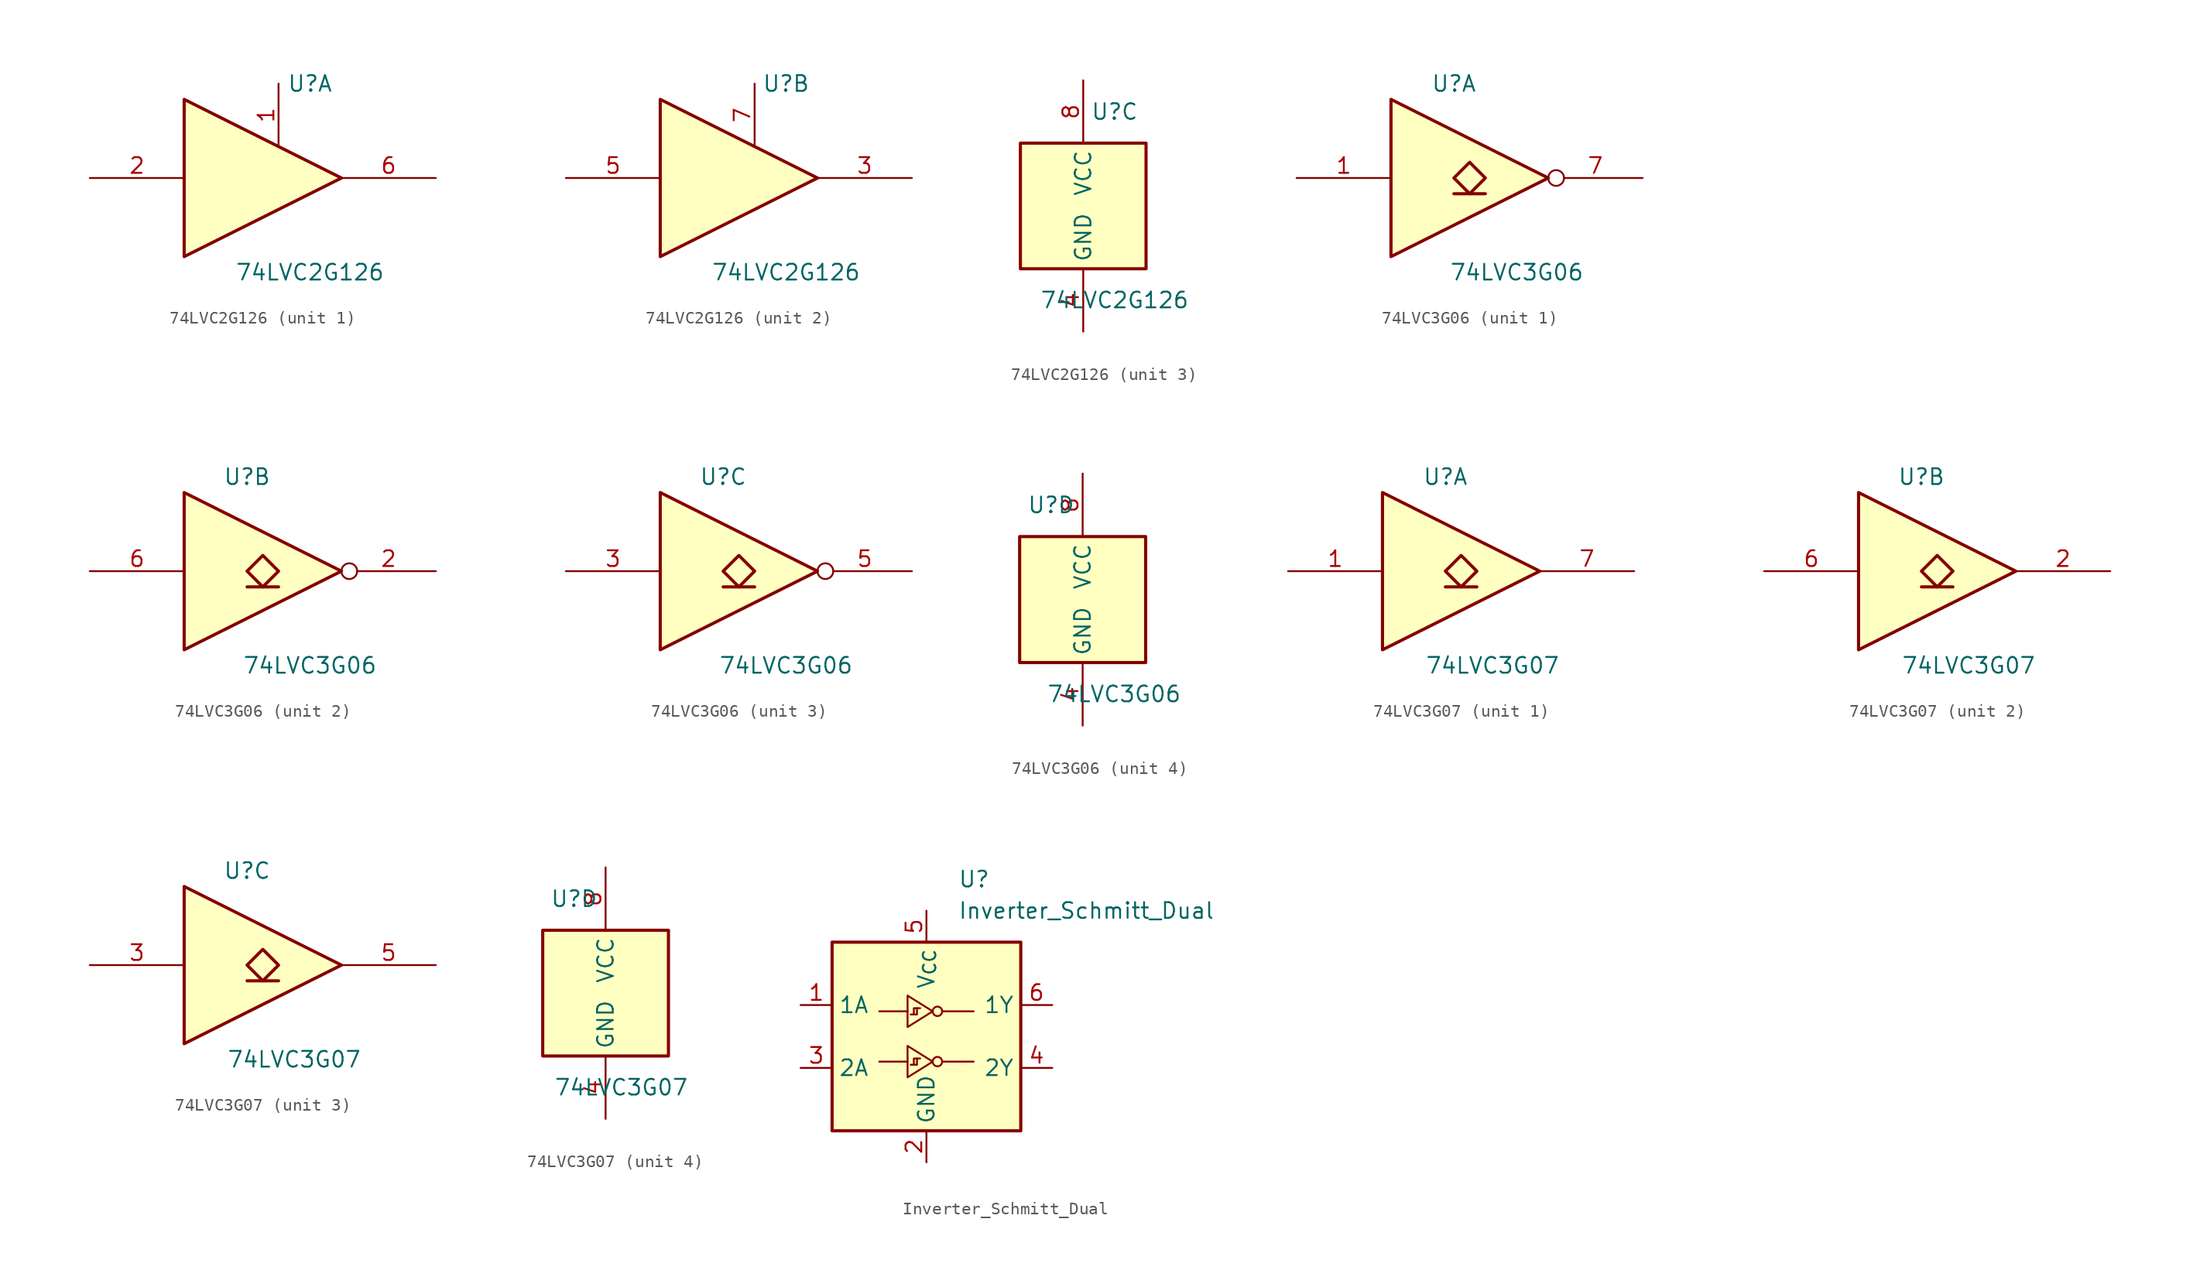
<source format=kicad_sym>
(kicad_symbol_lib
  (version 20241209)
  (generator "kicad_symbol_editor")
  (generator_version "9.0")
  (symbol "74LVC2G126"
    (property "Reference" "U"
      (at 2.54 7.62 0)
      (effects (font (size 1.27 1.27))))
    (property "Value" "74LVC2G126"
      (at 2.54 -7.62 0)
      (effects (font (size 1.27 1.27))))
    (symbol "74LVC2G126_1_1"
      (polyline (pts (xy -7.62 6.35) (xy -7.62 -6.35) (xy 5.08 0) (xy -7.62 6.35)) (stroke (width 0.254) (type default)) (fill (type background)))
      (pin input line (at -15.24 0 0) (length 7.62) (name "~" (effects (font (size 1.27 1.27)))) (number "2" (effects (font (size 1.27 1.27)))))
      (pin input line (at 0 7.62 270) (length 5.08) (name "~" (effects (font (size 1.27 1.27)))) (number "1" (effects (font (size 1.27 1.27)))))
      (pin tri_state line (at 12.7 0 180) (length 7.62) (name "~" (effects (font (size 1.27 1.27)))) (number "6" (effects (font (size 1.27 1.27))))))
    (symbol "74LVC2G126_2_1"
      (polyline (pts (xy -7.62 6.35) (xy -7.62 -6.35) (xy 5.08 0) (xy -7.62 6.35)) (stroke (width 0.254) (type default)) (fill (type background)))
      (pin input line (at -15.24 0 0) (length 7.62) (name "~" (effects (font (size 1.27 1.27)))) (number "5" (effects (font (size 1.27 1.27)))))
      (pin input line (at 0 7.62 270) (length 5.08) (name "~" (effects (font (size 1.27 1.27)))) (number "7" (effects (font (size 1.27 1.27)))))
      (pin tri_state line (at 12.7 0 180) (length 7.62) (name "~" (effects (font (size 1.27 1.27)))) (number "3" (effects (font (size 1.27 1.27))))))
    (symbol "74LVC2G126_3_0"
      (rectangle (start -5.08 -5.08) (end 5.08 5.08) (stroke (width 0.254) (type default)) (fill (type background))))
    (symbol "74LVC2G126_3_1"
      (pin power_in line (at 0 10.16 270) (length 5.08) (name "VCC" (effects (font (size 1.27 1.27)))) (number "8" (effects (font (size 1.27 1.27)))))
      (pin power_in line (at 0 -10.16 90) (length 5.08) (name "GND" (effects (font (size 1.27 1.27)))) (number "4" (effects (font (size 1.27 1.27)))))))
  (symbol "74LVC3G06"
    (property "Reference" "U"
      (at -2.54 7.62 0)
      (effects (font (size 1.27 1.27))))
    (property "Value" "74LVC3G06"
      (at 2.54 -7.62 0)
      (effects (font (size 1.27 1.27))))
    (symbol "74LVC3G06_1_1"
      (polyline (pts (xy -7.62 6.35) (xy -7.62 -6.35) (xy 5.08 0) (xy -7.62 6.35)) (stroke (width 0.254) (type default)) (fill (type background)))
      (polyline (pts (xy -2.54 -1.27) (xy 0 -1.27)) (stroke (width 0.254) (type default)) (fill (type background)))
      (polyline (pts (xy -1.27 1.27) (xy -2.54 0) (xy -1.27 -1.27) (xy 0 0) (xy -1.27 1.27)) (stroke (width 0.254) (type default)) (fill (type background)))
      (pin input line (at -15.24 0 0) (length 7.62) (name "~" (effects (font (size 1.27 1.27)))) (number "1" (effects (font (size 1.27 1.27)))))
      (pin open_collector inverted (at 12.7 0 180) (length 7.62) (name "~" (effects (font (size 1.27 1.27)))) (number "7" (effects (font (size 1.27 1.27))))))
    (symbol "74LVC3G06_2_1"
      (polyline (pts (xy -7.62 6.35) (xy -7.62 -6.35) (xy 5.08 0) (xy -7.62 6.35)) (stroke (width 0.254) (type default)) (fill (type background)))
      (polyline (pts (xy -2.54 -1.27) (xy 0 -1.27)) (stroke (width 0.254) (type default)) (fill (type background)))
      (polyline (pts (xy -1.27 1.27) (xy -2.54 0) (xy -1.27 -1.27) (xy 0 0) (xy -1.27 1.27)) (stroke (width 0.254) (type default)) (fill (type background)))
      (pin input line (at -15.24 0 0) (length 7.62) (name "~" (effects (font (size 1.27 1.27)))) (number "6" (effects (font (size 1.27 1.27)))))
      (pin open_collector inverted (at 12.7 0 180) (length 7.62) (name "~" (effects (font (size 1.27 1.27)))) (number "2" (effects (font (size 1.27 1.27))))))
    (symbol "74LVC3G06_3_1"
      (polyline (pts (xy -7.62 6.35) (xy -7.62 -6.35) (xy 5.08 0) (xy -7.62 6.35)) (stroke (width 0.254) (type default)) (fill (type background)))
      (polyline (pts (xy -2.54 -1.27) (xy 0 -1.27)) (stroke (width 0.254) (type default)) (fill (type background)))
      (polyline (pts (xy -1.27 1.27) (xy -2.54 0) (xy -1.27 -1.27) (xy 0 0) (xy -1.27 1.27)) (stroke (width 0.254) (type default)) (fill (type background)))
      (pin input line (at -15.24 0 0) (length 7.62) (name "~" (effects (font (size 1.27 1.27)))) (number "3" (effects (font (size 1.27 1.27)))))
      (pin open_collector inverted (at 12.7 0 180) (length 7.62) (name "~" (effects (font (size 1.27 1.27)))) (number "5" (effects (font (size 1.27 1.27))))))
    (symbol "74LVC3G06_4_0"
      (rectangle (start -5.08 -5.08) (end 5.08 5.08) (stroke (width 0.254) (type default)) (fill (type background))))
    (symbol "74LVC3G06_4_1"
      (pin power_in line (at 0 10.16 270) (length 5.08) (name "VCC" (effects (font (size 1.27 1.27)))) (number "8" (effects (font (size 1.27 1.27)))))
      (pin power_in line (at 0 -10.16 90) (length 5.08) (name "GND" (effects (font (size 1.27 1.27)))) (number "4" (effects (font (size 1.27 1.27)))))))
  (symbol "74LVC3G07"
    (property "Reference" "U"
      (at -2.54 7.62 0)
      (effects (font (size 1.27 1.27))))
    (property "Value" "74LVC3G07"
      (at 1.27 -7.62 0)
      (effects (font (size 1.27 1.27))))
    (symbol "74LVC3G07_1_1"
      (polyline (pts (xy -7.62 6.35) (xy -7.62 -6.35) (xy 5.08 0) (xy -7.62 6.35)) (stroke (width 0.254) (type default)) (fill (type background)))
      (polyline (pts (xy -2.54 -1.27) (xy 0 -1.27)) (stroke (width 0.254) (type default)) (fill (type background)))
      (polyline (pts (xy -1.27 1.27) (xy -2.54 0) (xy -1.27 -1.27) (xy 0 0) (xy -1.27 1.27)) (stroke (width 0.254) (type default)) (fill (type background)))
      (pin input line (at -15.24 0 0) (length 7.62) (name "~" (effects (font (size 1.27 1.27)))) (number "1" (effects (font (size 1.27 1.27)))))
      (pin open_collector line (at 12.7 0 180) (length 7.62) (name "~" (effects (font (size 1.27 1.27)))) (number "7" (effects (font (size 1.27 1.27))))))
    (symbol "74LVC3G07_2_1"
      (polyline (pts (xy -7.62 6.35) (xy -7.62 -6.35) (xy 5.08 0) (xy -7.62 6.35)) (stroke (width 0.254) (type default)) (fill (type background)))
      (polyline (pts (xy -2.54 -1.27) (xy 0 -1.27)) (stroke (width 0.254) (type default)) (fill (type background)))
      (polyline (pts (xy -1.27 1.27) (xy -2.54 0) (xy -1.27 -1.27) (xy 0 0) (xy -1.27 1.27)) (stroke (width 0.254) (type default)) (fill (type background)))
      (pin input line (at -15.24 0 0) (length 7.62) (name "~" (effects (font (size 1.27 1.27)))) (number "6" (effects (font (size 1.27 1.27)))))
      (pin open_collector line (at 12.7 0 180) (length 7.62) (name "~" (effects (font (size 1.27 1.27)))) (number "2" (effects (font (size 1.27 1.27))))))
    (symbol "74LVC3G07_3_1"
      (polyline (pts (xy -7.62 6.35) (xy -7.62 -6.35) (xy 5.08 0) (xy -7.62 6.35)) (stroke (width 0.254) (type default)) (fill (type background)))
      (polyline (pts (xy -2.54 -1.27) (xy 0 -1.27)) (stroke (width 0.254) (type default)) (fill (type background)))
      (polyline (pts (xy -1.27 1.27) (xy -2.54 0) (xy -1.27 -1.27) (xy 0 0) (xy -1.27 1.27)) (stroke (width 0.254) (type default)) (fill (type background)))
      (pin input line (at -15.24 0 0) (length 7.62) (name "~" (effects (font (size 1.27 1.27)))) (number "3" (effects (font (size 1.27 1.27)))))
      (pin open_collector line (at 12.7 0 180) (length 7.62) (name "~" (effects (font (size 1.27 1.27)))) (number "5" (effects (font (size 1.27 1.27))))))
    (symbol "74LVC3G07_4_0"
      (rectangle (start -5.08 -5.08) (end 5.08 5.08) (stroke (width 0.254) (type default)) (fill (type background))))
    (symbol "74LVC3G07_4_1"
      (pin power_in line (at 0 10.16 270) (length 5.08) (name "VCC" (effects (font (size 1.27 1.27)))) (number "8" (effects (font (size 1.27 1.27)))))
      (pin power_in line (at 0 -10.16 90) (length 5.08) (name "GND" (effects (font (size 1.27 1.27)))) (number "4" (effects (font (size 1.27 1.27)))))))
  (symbol "Inverter_Schmitt_Dual"
    (property "Reference" "U"
      (at 2.54 12.7 0)
      (effects (font (size 1.27 1.27)) (justify left)))
    (property "Value" "Inverter_Schmitt_Dual"
      (at 2.54 10.16 0)
      (effects (font (size 1.27 1.27)) (justify left)))
    (symbol "Inverter_Schmitt_Dual_1_1"
      (rectangle (start -7.62 7.62) (end 7.62 -7.62) (stroke (width 0.254) (type default)) (fill (type background)))
      (polyline (pts (xy -1.524 3.302) (xy 0.508 2.032) (xy -1.524 0.762) (xy -1.524 3.302)) (stroke (width 0) (type default)) (fill (type none)))
      (polyline (pts (xy -1.524 2.032) (xy -3.81 2.032)) (stroke (width 0) (type default)) (fill (type none)))
      (polyline (pts (xy -1.524 -0.762) (xy 0.508 -2.032) (xy -1.524 -3.302) (xy -1.524 -0.762)) (stroke (width 0) (type default)) (fill (type none)))
      (polyline (pts (xy -1.524 -2.032) (xy -3.81 -2.032)) (stroke (width 0) (type default)) (fill (type none)))
      (polyline (pts (xy -1.016 1.778) (xy -1.016 2.286) (xy -0.762 2.286) (xy -0.762 1.778) (xy -1.27 1.778)) (stroke (width 0) (type default)) (fill (type none)))
      (polyline (pts (xy -1.016 -2.286) (xy -1.016 -1.778) (xy -0.762 -1.778) (xy -0.762 -2.286) (xy -1.27 -2.286)) (stroke (width 0) (type default)) (fill (type none)))
      (polyline (pts (xy -0.762 2.286) (xy -0.508 2.286)) (stroke (width 0) (type default)) (fill (type none)))
      (polyline (pts (xy -0.762 -1.778) (xy -0.508 -1.778)) (stroke (width 0) (type default)) (fill (type none)))
      (circle (center 0.889 2.032) (radius 0.381) (stroke (width 0) (type default)) (fill (type none)))
      (circle (center 0.889 -2.032) (radius 0.381) (stroke (width 0) (type default)) (fill (type none)))
      (polyline (pts (xy 1.27 2.032) (xy 3.81 2.032)) (stroke (width 0) (type default)) (fill (type none)))
      (polyline (pts (xy 1.27 -2.032) (xy 3.81 -2.032)) (stroke (width 0) (type default)) (fill (type none)))
      (pin input line (at -10.16 2.54 0) (length 2.54) (name "1A" (effects (font (size 1.27 1.27)))) (number "1" (effects (font (size 1.27 1.27)))))
      (pin input line (at -10.16 -2.54 0) (length 2.54) (name "2A" (effects (font (size 1.27 1.27)))) (number "3" (effects (font (size 1.27 1.27)))))
      (pin power_in line (at 0 10.16 270) (length 2.54) (name "V_{CC}" (effects (font (size 1.27 1.27)))) (number "5" (effects (font (size 1.27 1.27)))))
      (pin power_in line (at 0 -10.16 90) (length 2.54) (name "GND" (effects (font (size 1.27 1.27)))) (number "2" (effects (font (size 1.27 1.27)))))
      (pin output line (at 10.16 2.54 180) (length 2.54) (name "1Y" (effects (font (size 1.27 1.27)))) (number "6" (effects (font (size 1.27 1.27)))))
      (pin output line (at 10.16 -2.54 180) (length 2.54) (name "2Y" (effects (font (size 1.27 1.27)))) (number "4" (effects (font (size 1.27 1.27))))))))
</source>
